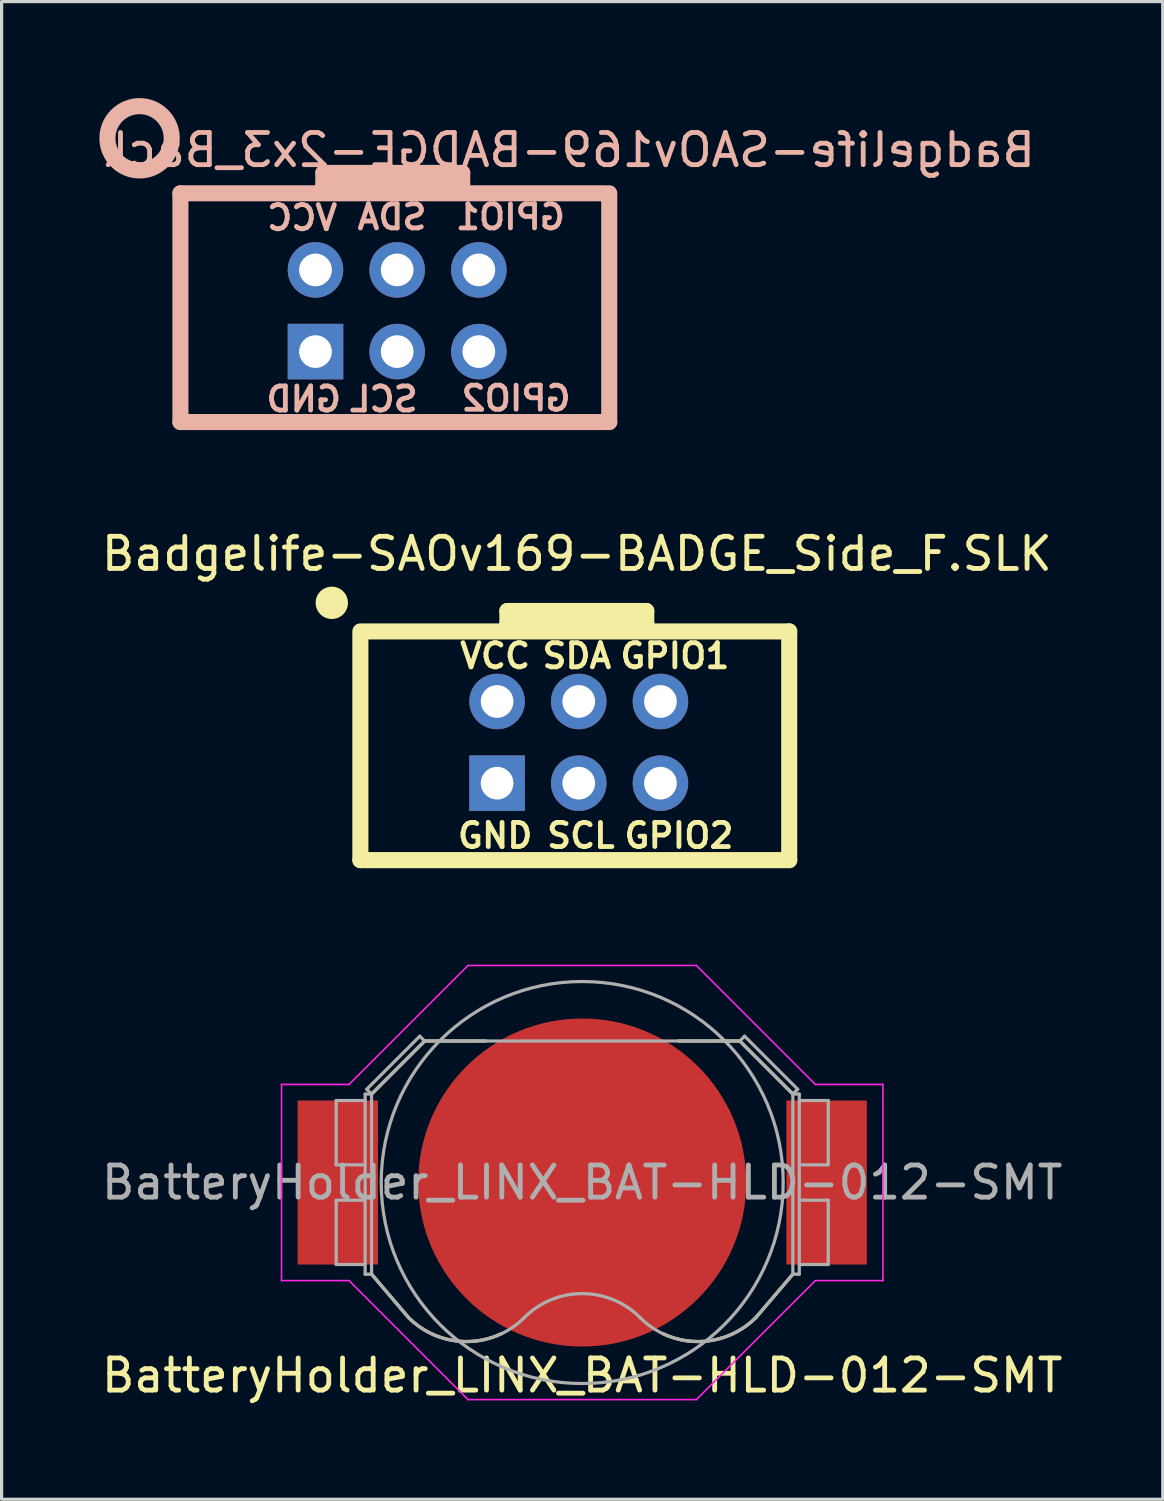
<source format=kicad_pcb>
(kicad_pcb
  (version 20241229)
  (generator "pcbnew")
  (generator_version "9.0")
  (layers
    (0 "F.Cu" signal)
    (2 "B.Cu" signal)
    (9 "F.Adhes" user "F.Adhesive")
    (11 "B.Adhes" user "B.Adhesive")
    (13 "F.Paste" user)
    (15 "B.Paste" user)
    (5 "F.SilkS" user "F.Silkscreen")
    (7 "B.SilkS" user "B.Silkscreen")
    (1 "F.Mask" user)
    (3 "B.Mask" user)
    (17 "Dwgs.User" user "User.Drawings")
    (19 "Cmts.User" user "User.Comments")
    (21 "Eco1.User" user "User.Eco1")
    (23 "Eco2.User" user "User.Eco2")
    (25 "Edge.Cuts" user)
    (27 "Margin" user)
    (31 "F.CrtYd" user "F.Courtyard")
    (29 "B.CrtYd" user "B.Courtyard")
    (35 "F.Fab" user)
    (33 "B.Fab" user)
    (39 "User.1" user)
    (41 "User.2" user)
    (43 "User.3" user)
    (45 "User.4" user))
  (footprint "Badgelife-SAOv169-BADGE_Side_F.SLK"
    (layer "F.Cu")
    (at 14.887 20.013)
    (property "Reference" "Badgelife-SAOv169-BADGE_Side_F.SLK" (at 0 -5.842 0) (layer "F.SilkS") (effects (font (size 1 1) (thickness 0.15))))
    (attr through_hole)
    (fp_line (start -6.731 3.683) (end -6.731 -3.429) (stroke (width 0.5) (type solid)) (layer "F.SilkS"))
    (fp_line (start -6.604 -3.429) (end 6.604 -3.429) (stroke (width 0.5) (type solid)) (layer "F.SilkS"))
    (fp_line (start -2.159 -4.064) (end 2.159 -4.064) (stroke (width 0.5) (type solid)) (layer "F.SilkS"))
    (fp_line (start -2.159 -3.556) (end -2.159 -4.064) (stroke (width 0.5) (type solid)) (layer "F.SilkS"))
    (fp_line (start 2.159 -4.064) (end 2.159 -3.556) (stroke (width 0.5) (type solid)) (layer "F.SilkS"))
    (fp_line (start 2.159 -3.683) (end -2.159 -3.683) (stroke (width 0.5) (type solid)) (layer "F.SilkS"))
    (fp_line (start 6.604 -3.429) (end 6.604 3.683) (stroke (width 0.5) (type solid)) (layer "F.SilkS"))
    (fp_line (start 6.604 3.683) (end -6.731 3.683) (stroke (width 0.5) (type solid)) (layer "F.SilkS"))
    (fp_circle (center -7.62 -4.318) (end -7.366 -4.318) (stroke (width 0.5) (type solid)) (fill no) (layer "F.SilkS"))
    (fp_text user "SCL" (at 0.127 2.921 0) (layer "F.SilkS") (effects (font (size 0.75 0.75) (thickness 0.15))))
    (fp_text user "SDA" (at 0 -2.667 0) (layer "F.SilkS") (effects (font (size 0.75 0.75) (thickness 0.15))))
    (fp_text user "VCC" (at -2.54 -2.667 0) (layer "F.SilkS") (effects (font (size 0.75 0.75) (thickness 0.15))))
    (fp_text user "GPIO2" (at 3.175 2.921 0) (layer "F.SilkS") (effects (font (size 0.75 0.75) (thickness 0.15))))
    (fp_text user "GND" (at -2.54 2.921 0) (layer "F.SilkS") (effects (font (size 0.75 0.75) (thickness 0.15))))
    (fp_text user "GPIO1" (at 3.048 -2.667 0) (layer "F.SilkS") (effects (font (size 0.75 0.75) (thickness 0.15))))
    (pad "1" thru_hole oval (at -2.48 -1.25 270) (size 1.727 1.727) (drill 1.016) (layers "*.Cu" "*.Mask"))
    (pad "2" thru_hole rect (at -2.48 1.29 270) (size 1.727 1.727) (drill 1.016) (layers "*.Cu" "*.Mask"))
    (pad "3" thru_hole oval (at 0.06 -1.25 270) (size 1.727 1.727) (drill 1.016) (layers "*.Cu" "*.Mask"))
    (pad "4" thru_hole oval (at 0.06 1.29 270) (size 1.727 1.727) (drill 1.016) (layers "*.Cu" "*.Mask"))
    (pad "5" thru_hole circle (at 2.6 -1.25 270) (size 1.727 1.727) (drill 1.016) (layers "*.Cu" "*.Mask"))
    (pad "6" thru_hole circle (at 2.6 1.29 270) (size 1.727 1.727) (drill 1.016) (layers "*.Cu" "*.Mask")))
  (footprint "Badgelife-SAOv169-BADGE-2x3_Back"
    (layer "F.Cu")
    (at 8.91 6.695)
    (property "Reference" "Badgelife-SAOv169-BADGE-2x3_Back" (at 5.715 -5.08 180) (layer "B.SilkS") (effects (font (size 1 1) (thickness 0.15)) (justify mirror)))
    (attr through_hole)
    (fp_line (start -6.35 -3.734) (end -6.35 3.378) (stroke (width 0.5) (type solid)) (layer "B.SilkS"))
    (fp_line (start -6.35 3.378) (end 6.985 3.378) (stroke (width 0.5) (type solid)) (layer "B.SilkS"))
    (fp_line (start -1.905 -4.369) (end -1.905 -3.861) (stroke (width 0.5) (type solid)) (layer "B.SilkS"))
    (fp_line (start -1.905 -3.988) (end 2.413 -3.988) (stroke (width 0.5) (type solid)) (layer "B.SilkS"))
    (fp_line (start 2.413 -4.369) (end -1.905 -4.369) (stroke (width 0.5) (type solid)) (layer "B.SilkS"))
    (fp_line (start 2.413 -3.861) (end 2.413 -4.369) (stroke (width 0.5) (type solid)) (layer "B.SilkS"))
    (fp_line (start 6.858 -3.734) (end -6.35 -3.734) (stroke (width 0.5) (type solid)) (layer "B.SilkS"))
    (fp_line (start 6.985 3.378) (end 6.985 -3.734) (stroke (width 0.5) (type solid)) (layer "B.SilkS"))
    (fp_circle (center -7.62 -5.445) (end -8.62 -5.445) (stroke (width 0.5) (type solid)) (fill no) (layer "B.SilkS"))
    (fp_text user "VCC" (at -2.565 -2.972 0) (layer "B.SilkS") (effects (font (size 0.75 0.75) (thickness 0.15)) (justify mirror)))
    (fp_text user "SDA" (at 0.229 -2.997 0) (layer "B.SilkS") (effects (font (size 0.75 0.75) (thickness 0.15)) (justify mirror)))
    (fp_text user "GPIO2" (at 4.089 2.642 0) (layer "B.SilkS") (effects (font (size 0.75 0.75) (thickness 0.15)) (justify mirror)))
    (fp_text user "GND" (at -2.515 2.667 0) (layer "B.SilkS") (effects (font (size 0.75 0.75) (thickness 0.15)) (justify mirror)))
    (fp_text user "GPIO1" (at 3.912 -2.997 0) (layer "B.SilkS") (effects (font (size 0.75 0.75) (thickness 0.15)) (justify mirror)))
    (fp_text user "SCL" (at -0.025 2.667 0) (layer "B.SilkS") (effects (font (size 0.75 0.75) (thickness 0.15)) (justify mirror)))
    (pad "1" thru_hole oval (at -2.15 -1.352 270) (size 1.727 1.727) (drill 1.016) (layers "*.Cu" "*.Mask"))
    (pad "2" thru_hole rect (at -2.15 1.188 270) (size 1.727 1.727) (drill 1.016) (layers "*.Cu" "*.Mask"))
    (pad "3" thru_hole oval (at 0.39 -1.352 270) (size 1.727 1.727) (drill 1.016) (layers "*.Cu" "*.Mask"))
    (pad "4" thru_hole oval (at 0.39 1.188 270) (size 1.727 1.727) (drill 1.016) (layers "*.Cu" "*.Mask"))
    (pad "5" thru_hole circle (at 2.93 -1.352 270) (size 1.727 1.727) (drill 1.016) (layers "*.Cu" "*.Mask"))
    (pad "6" thru_hole circle (at 2.93 1.188 270) (size 1.727 1.727) (drill 1.016) (layers "*.Cu" "*.Mask")))
  (footprint "BatteryHolder_LINX_BAT-HLD-012-SMT"
    (layer "F.Cu")
    (at 15.054 33.721)
    (property "Reference" "BatteryHolder_LINX_BAT-HLD-012-SMT" (at 0 6 0) (layer "F.SilkS") (effects (font (size 1 1) (thickness 0.15))))
    (attr smd)
    (fp_line (start -6.55 -2.75) (end -4.9 -4.4) (stroke (width 0.1) (type solid)) (layer "F.SilkS"))
    (fp_line (start -6.55 2.85) (end -5.4 4.2) (stroke (width 0.1) (type solid)) (layer "F.SilkS"))
    (fp_line (start -4.9 -4.4) (end -3 -4.4) (stroke (width 0.1) (type solid)) (layer "F.SilkS"))
    (fp_line (start 4.9 -4.4) (end 3 -4.4) (stroke (width 0.1) (type solid)) (layer "F.SilkS"))
    (fp_line (start 4.9 -4.4) (end 6.55 -2.75) (stroke (width 0.1) (type solid)) (layer "F.SilkS"))
    (fp_line (start 6.55 2.85) (end 5.4 4.2) (stroke (width 0.1) (type solid)) (layer "F.SilkS"))
    (fp_arc (start -2.504098 4.697607) (mid -4.031094 4.908816) (end -5.4 4.2) (stroke (width 0.1) (type solid)) (layer "F.SilkS"))
    (fp_arc (start 5.4 4.2) (mid 4.029781 4.909041) (end 2.501694 4.696459) (stroke (width 0.1) (type solid)) (layer "F.SilkS"))
    (fp_line (start -9.35 -3.05) (end -7.25 -3.05) (stroke (width 0.05) (type solid)) (layer "F.CrtYd"))
    (fp_line (start -9.35 3.05) (end -9.35 -3.05) (stroke (width 0.05) (type solid)) (layer "F.CrtYd"))
    (fp_line (start -9.35 3.05) (end -7.25 3.05) (stroke (width 0.05) (type solid)) (layer "F.CrtYd"))
    (fp_line (start -7.25 -3.05) (end -3.55 -6.75) (stroke (width 0.05) (type solid)) (layer "F.CrtYd"))
    (fp_line (start -3.55 -6.75) (end 3.55 -6.75) (stroke (width 0.05) (type solid)) (layer "F.CrtYd"))
    (fp_line (start -3.55 6.75) (end -7.25 3.05) (stroke (width 0.05) (type solid)) (layer "F.CrtYd"))
    (fp_line (start -3.55 6.75) (end 3.55 6.75) (stroke (width 0.05) (type solid)) (layer "F.CrtYd"))
    (fp_line (start 3.55 -6.75) (end 7.25 -3.05) (stroke (width 0.05) (type solid)) (layer "F.CrtYd"))
    (fp_line (start 3.55 6.75) (end 7.25 3.05) (stroke (width 0.05) (type solid)) (layer "F.CrtYd"))
    (fp_line (start 7.25 -3.05) (end 9.35 -3.05) (stroke (width 0.05) (type solid)) (layer "F.CrtYd"))
    (fp_line (start 9.35 -3.05) (end 9.35 3.05) (stroke (width 0.05) (type solid)) (layer "F.CrtYd"))
    (fp_line (start 9.35 3.05) (end 7.25 3.05) (stroke (width 0.05) (type solid)) (layer "F.CrtYd"))
    (fp_line (start -7.65 -2.55) (end -7.65 -0.55) (stroke (width 0.1) (type solid)) (layer "F.Fab"))
    (fp_line (start -7.65 -2.55) (end -6.75 -2.55) (stroke (width 0.1) (type solid)) (layer "F.Fab"))
    (fp_line (start -7.65 -0.55) (end -6.75 -0.55) (stroke (width 0.1) (type solid)) (layer "F.Fab"))
    (fp_line (start -7.65 0.55) (end -7.65 2.55) (stroke (width 0.1) (type solid)) (layer "F.Fab"))
    (fp_line (start -7.65 2.55) (end -6.75 2.55) (stroke (width 0.1) (type solid)) (layer "F.Fab"))
    (fp_line (start -6.75 -2.75) (end -6.55 -2.75) (stroke (width 0.1) (type solid)) (layer "F.Fab"))
    (fp_line (start -6.75 0.55) (end -7.65 0.55) (stroke (width 0.1) (type solid)) (layer "F.Fab"))
    (fp_line (start -6.75 2.85) (end -6.75 -2.75) (stroke (width 0.1) (type solid)) (layer "F.Fab"))
    (fp_line (start -6.75 2.85) (end -6.55 2.85) (stroke (width 0.1) (type solid)) (layer "F.Fab"))
    (fp_line (start -6.7 -2.9) (end -5.05 -4.55) (stroke (width 0.1) (type solid)) (layer "F.Fab"))
    (fp_line (start -6.55 -2.75) (end -6.7 -2.9) (stroke (width 0.1) (type solid)) (layer "F.Fab"))
    (fp_line (start -6.55 -2.75) (end -4.9 -4.4) (stroke (width 0.1) (type solid)) (layer "F.Fab"))
    (fp_line (start -6.55 2.85) (end -6.55 -2.75) (stroke (width 0.1) (type solid)) (layer "F.Fab"))
    (fp_line (start -6.55 2.85) (end -5.4 4.2) (stroke (width 0.1) (type solid)) (layer "F.Fab"))
    (fp_line (start -5.05 -4.55) (end -4.9 -4.4) (stroke (width 0.1) (type solid)) (layer "F.Fab"))
    (fp_line (start 4.9 -4.4) (end -4.9 -4.4) (stroke (width 0.1) (type solid)) (layer "F.Fab"))
    (fp_line (start 5.05 -4.55) (end 4.9 -4.4) (stroke (width 0.1) (type solid)) (layer "F.Fab"))
    (fp_line (start 6.55 -2.75) (end 4.9 -4.4) (stroke (width 0.1) (type solid)) (layer "F.Fab"))
    (fp_line (start 6.55 -2.75) (end 6.7 -2.9) (stroke (width 0.1) (type solid)) (layer "F.Fab"))
    (fp_line (start 6.55 -2.75) (end 6.75 -2.75) (stroke (width 0.1) (type solid)) (layer "F.Fab"))
    (fp_line (start 6.55 2.85) (end 5.4 4.2) (stroke (width 0.1) (type solid)) (layer "F.Fab"))
    (fp_line (start 6.55 2.85) (end 6.55 -2.75) (stroke (width 0.1) (type solid)) (layer "F.Fab"))
    (fp_line (start 6.7 -2.9) (end 5.05 -4.55) (stroke (width 0.1) (type solid)) (layer "F.Fab"))
    (fp_line (start 6.75 -0.55) (end 7.65 -0.55) (stroke (width 0.1) (type solid)) (layer "F.Fab"))
    (fp_line (start 6.75 2.55) (end 7.65 2.55) (stroke (width 0.1) (type solid)) (layer "F.Fab"))
    (fp_line (start 6.75 2.85) (end 6.55 2.85) (stroke (width 0.1) (type solid)) (layer "F.Fab"))
    (fp_line (start 6.75 2.85) (end 6.75 -2.75) (stroke (width 0.1) (type solid)) (layer "F.Fab"))
    (fp_line (start 7.65 -2.55) (end 6.75 -2.55) (stroke (width 0.1) (type solid)) (layer "F.Fab"))
    (fp_line (start 7.65 -0.55) (end 7.65 -2.55) (stroke (width 0.1) (type solid)) (layer "F.Fab"))
    (fp_line (start 7.65 0.55) (end 6.75 0.55) (stroke (width 0.1) (type solid)) (layer "F.Fab"))
    (fp_line (start 7.65 2.55) (end 7.65 0.55) (stroke (width 0.1) (type solid)) (layer "F.Fab"))
    (fp_arc (start -1.8 4.2) (mid -3.6 4.945584) (end -5.4 4.2) (stroke (width 0.1) (type solid)) (layer "F.Fab"))
    (fp_arc (start -1.8 4.2) (mid 0 3.454416) (end 1.8 4.2) (stroke (width 0.1) (type solid)) (layer "F.Fab"))
    (fp_arc (start 5.4 4.2) (mid 3.6 4.945584) (end 1.8 4.2) (stroke (width 0.1) (type solid)) (layer "F.Fab"))
    (fp_circle (center 0 0) (end -6.25 0) (stroke (width 0.1) (type solid)) (fill no) (layer "F.Fab"))
    (fp_text user "${REFERENCE}" (at 0 0 0) (layer "F.Fab") (effects (font (size 1 1) (thickness 0.15))))
    (pad "1" smd rect (at -7.6 0) (size 2.5 5.1) (layers "F.Cu" "F.Mask" "F.Paste"))
    (pad "1" smd rect (at 7.6 0) (size 2.5 5.1) (layers "F.Cu" "F.Mask" "F.Paste"))
    (pad "2" smd circle (at 0 0) (size 10.2 10.2) (layers "F.Cu" "F.Mask" "F.Paste")))
  (gr_rect
    (start -3 -3)
    (end 33.107 43.57)
    (stroke (width 0.1) (type default))
    (fill no)
    (layer "Edge.Cuts")))
</source>
